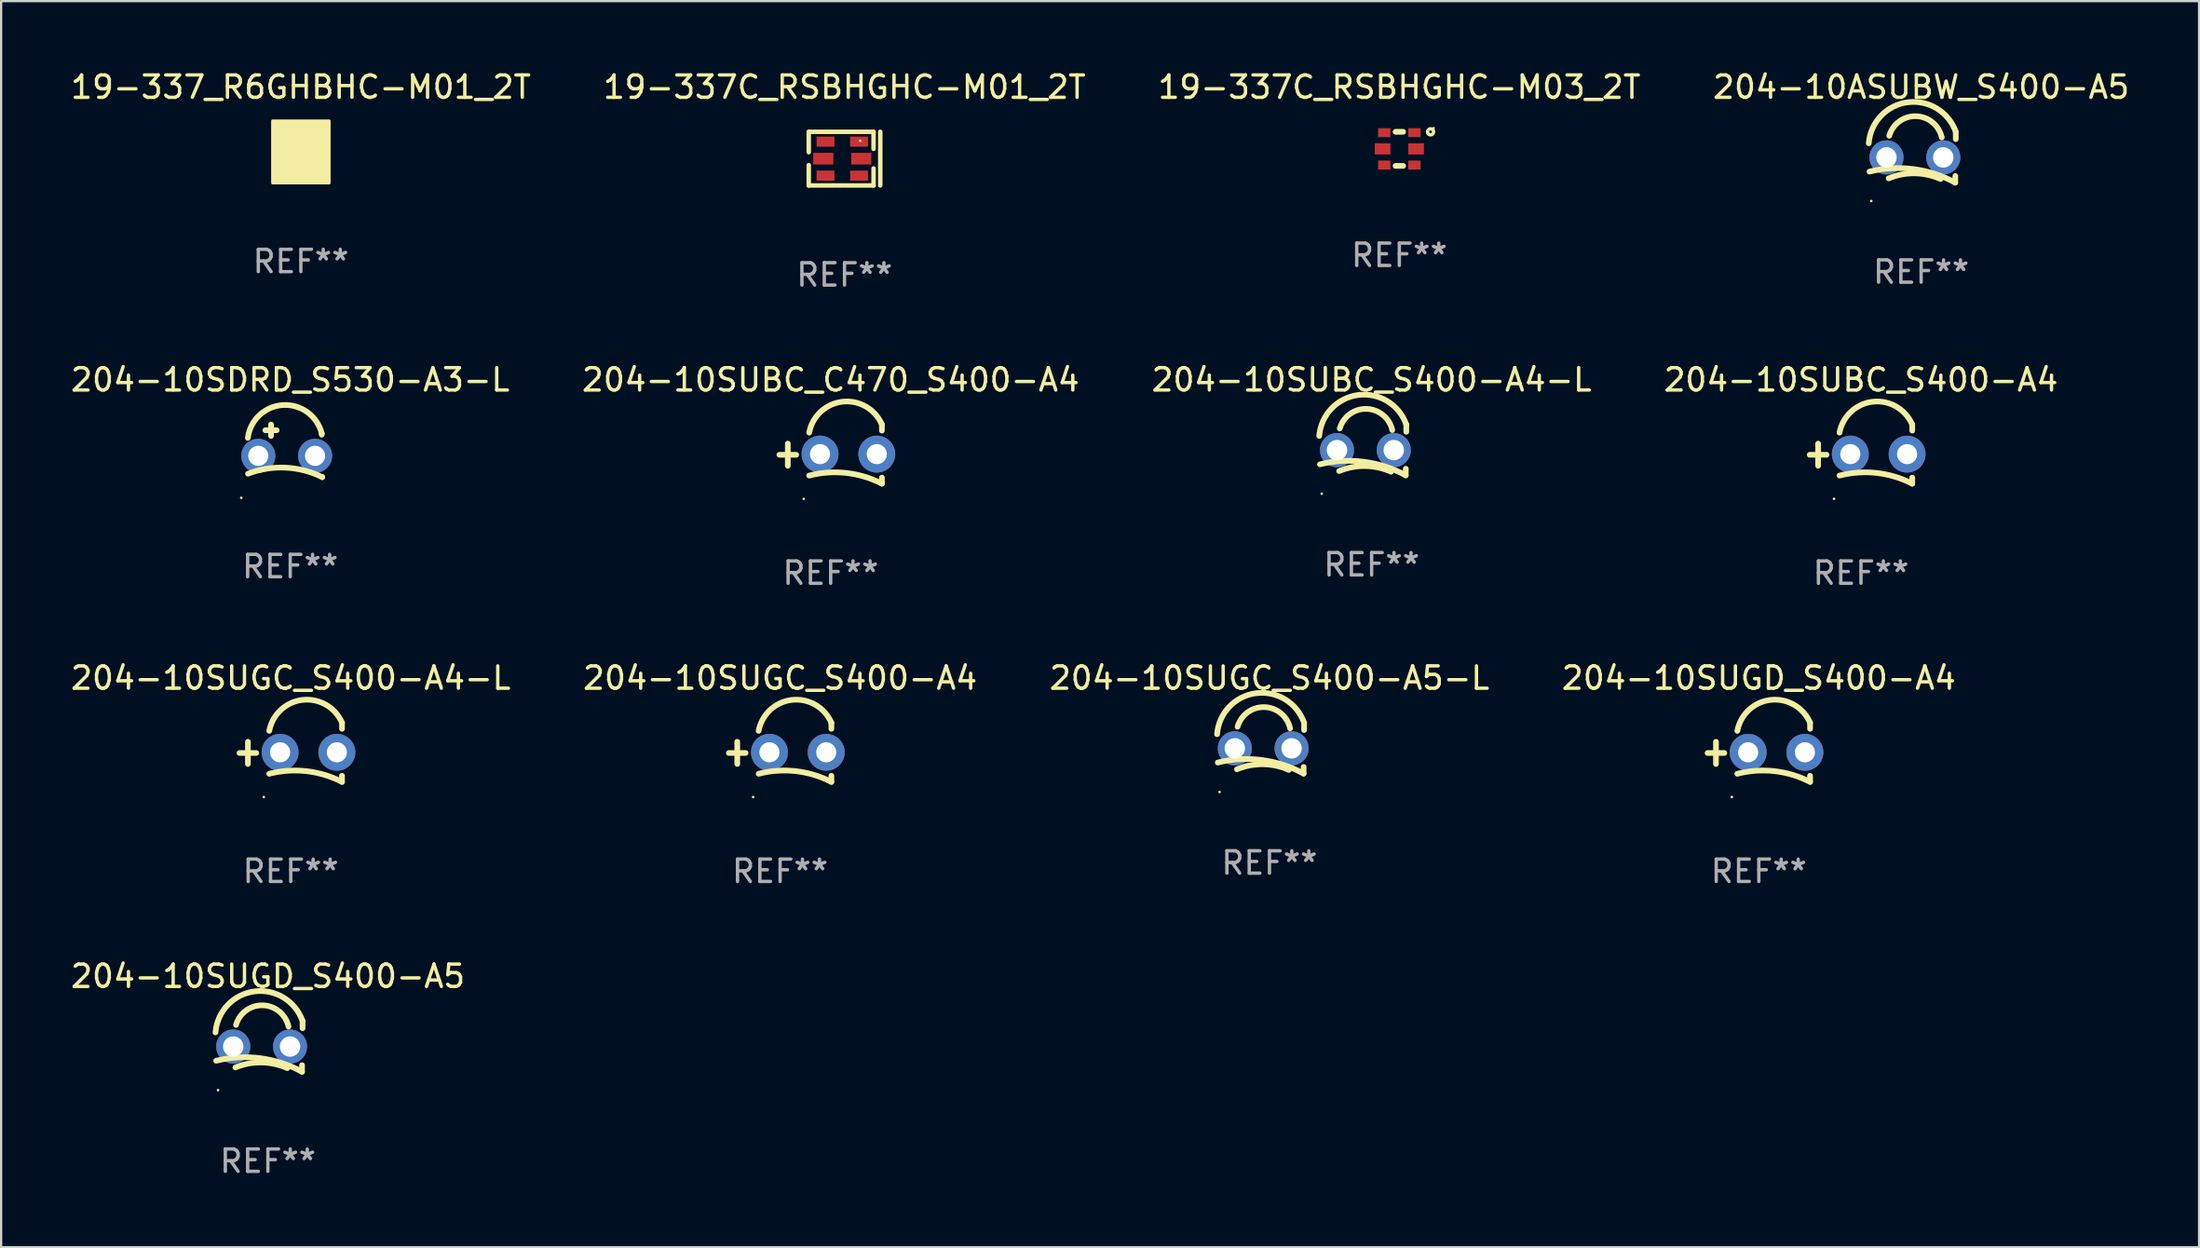
<source format=kicad_pcb>
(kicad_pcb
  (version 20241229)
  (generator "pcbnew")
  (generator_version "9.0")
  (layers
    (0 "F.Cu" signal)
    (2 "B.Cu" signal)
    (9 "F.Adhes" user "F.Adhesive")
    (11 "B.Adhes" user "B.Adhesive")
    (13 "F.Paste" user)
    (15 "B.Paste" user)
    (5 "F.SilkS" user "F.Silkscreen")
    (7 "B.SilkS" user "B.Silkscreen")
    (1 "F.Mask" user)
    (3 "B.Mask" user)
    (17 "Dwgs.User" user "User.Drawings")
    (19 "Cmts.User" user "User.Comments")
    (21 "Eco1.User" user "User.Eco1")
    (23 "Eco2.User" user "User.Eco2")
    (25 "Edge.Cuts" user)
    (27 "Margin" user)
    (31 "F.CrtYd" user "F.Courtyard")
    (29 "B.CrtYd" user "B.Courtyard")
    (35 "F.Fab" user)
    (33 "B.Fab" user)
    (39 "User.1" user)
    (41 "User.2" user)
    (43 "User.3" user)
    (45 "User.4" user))
  (footprint "204-10SDRD_S530-A3-L"
    (layer "F.Cu")
    (at 9.935 17.121)
    (property "Reference" "204-10SDRD_S530-A3-L" (at 0 -3.176 0) (layer "F.SilkS") (effects (font (size 1 1) (thickness 0.15))))
    (attr through_hole)
    (fp_line (start -1.114 -0.922) (end -0.606 -0.922) (stroke (width 0.254) (type solid)) (layer "F.SilkS"))
    (fp_line (start -0.86 -1.176) (end -0.86 -0.668) (stroke (width 0.254) (type solid)) (layer "F.SilkS"))
    (fp_line (start 1.41 -0.776) (end 1.41 -0.723) (stroke (width 0.254) (type solid)) (layer "F.SilkS"))
    (fp_line (start 1.43 1.176) (end 1.43 1.164) (stroke (width 0.254) (type solid)) (layer "F.SilkS"))
    (fp_arc (start -1.896915 -0.579704) (mid -0.324751 -2.048067) (end 1.4103 -0.776302) (stroke (width 0.254001) (type solid)) (layer "F.SilkS"))
    (fp_arc (start -1.8897 1.023698) (mid -0.214006 0.752438) (end 1.429731 1.176302) (stroke (width 0.254001) (type solid)) (layer "F.SilkS"))
    (fp_circle (center -2.192 2.103) (end -2.162 2.103) (stroke (width 0.06) (type solid)) (fill no) (layer "F.SilkS"))
    (fp_text user "REF**" (at 0 5.176 0) (layer "F.Fab") (effects (font (size 1 1) (thickness 0.15))))
    (pad "1" thru_hole circle (at -1.43 0.224) (size 1.524 1.524) (drill 0.9) (layers "*.Cu" "*.Mask"))
    (pad "2" thru_hole circle (at 1.11 0.224) (size 1.524 1.524) (drill 0.9) (layers "*.Cu" "*.Mask")))
  (footprint "19-337C_RSBHGHC-M03_2T"
    (layer "F.Cu")
    (at 59.554 3.61)
    (property "Reference" "19-337C_RSBHGHC-M03_2T" (at 0 -2.762 0) (layer "F.SilkS") (effects (font (size 1 1) (thickness 0.15))))
    (attr through_hole)
    (fp_line (start -0.169 -0.762) (end 0.169 -0.762) (stroke (width 0.254) (type solid)) (layer "F.SilkS"))
    (fp_line (start -0.169 0.762) (end 0.169 0.762) (stroke (width 0.254) (type solid)) (layer "F.SilkS"))
    (fp_circle (center 1.397 -0.762) (end 1.459 -0.762) (stroke (width 0.15) (type solid)) (fill no) (layer "F.SilkS"))
    (fp_circle (center 1.534 -0.925) (end 1.564 -0.925) (stroke (width 0.06) (type solid)) (fill no) (layer "F.SilkS"))
    (fp_text user "REF**" (at 0 4.762 0) (layer "F.Fab") (effects (font (size 1 1) (thickness 0.15))))
    (pad "1" smd rect (at 0.675 -0.725) (size 0.55 0.4) (layers "F.Cu" "F.Mask" "F.Paste"))
    (pad "2" smd rect (at -0.675 -0.725) (size 0.55 0.4) (layers "F.Cu" "F.Mask" "F.Paste"))
    (pad "3" smd rect (at 0.75 0) (size 0.7 0.5) (layers "F.Cu" "F.Mask" "F.Paste"))
    (pad "4" smd rect (at -0.75 0) (size 0.7 0.5) (layers "F.Cu" "F.Mask" "F.Paste"))
    (pad "5" smd rect (at 0.675 0.725) (size 0.55 0.4) (layers "F.Cu" "F.Mask" "F.Paste"))
    (pad "6" smd rect (at -0.675 0.725) (size 0.55 0.4) (layers "F.Cu" "F.Mask" "F.Paste")))
  (footprint "19-337C_RSBHGHC-M01_2T"
    (layer "F.Cu")
    (at 34.732 4.048)
    (property "Reference" "19-337C_RSBHGHC-M01_2T" (at 0 -3.2 0) (layer "F.SilkS") (effects (font (size 1 1) (thickness 0.15))))
    (attr through_hole)
    (fp_line (start -1.6 -1.2) (end -1.6 -0.288) (stroke (width 0.2) (type solid)) (layer "F.SilkS"))
    (fp_line (start -1.6 -1.2) (end 1.3 -1.2) (stroke (width 0.2) (type solid)) (layer "F.SilkS"))
    (fp_line (start -1.6 0.288) (end -1.6 1.2) (stroke (width 0.2) (type solid)) (layer "F.SilkS"))
    (fp_line (start -1.6 1.2) (end 1.3 1.2) (stroke (width 0.2) (type solid)) (layer "F.SilkS"))
    (fp_line (start 1.3 -1.2) (end 1.3 -0.438) (stroke (width 0.2) (type solid)) (layer "F.SilkS"))
    (fp_line (start 1.3 0.438) (end 1.3 1.2) (stroke (width 0.2) (type solid)) (layer "F.SilkS"))
    (fp_line (start 1.6 -1.2) (end 1.6 1.2) (stroke (width 0.2) (type solid)) (layer "F.SilkS"))
    (fp_circle (center 0.7 -0.8) (end 0.73 -0.8) (stroke (width 0.06) (type solid)) (fill no) (layer "F.SilkS"))
    (fp_text user "REF**" (at 0 5.2 0) (layer "F.Fab") (effects (font (size 1 1) (thickness 0.15))))
    (pad "1" smd rect (at 0.65 -0.76) (size 0.8 0.45) (layers "F.Cu" "F.Mask" "F.Paste"))
    (pad "2" smd rect (at -0.85 -0.76) (size 0.8 0.45) (layers "F.Cu" "F.Mask" "F.Paste"))
    (pad "3" smd rect (at 0.75 0) (size 0.9 0.52) (layers "F.Cu" "F.Mask" "F.Paste"))
    (pad "4" smd rect (at -0.95 0) (size 0.9 0.52) (layers "F.Cu" "F.Mask" "F.Paste"))
    (pad "5" smd rect (at 0.65 0.76) (size 0.8 0.45) (layers "F.Cu" "F.Mask" "F.Paste"))
    (pad "6" smd rect (at -0.85 0.76) (size 0.8 0.45) (layers "F.Cu" "F.Mask" "F.Paste")))
  (footprint "204-10SUGD_S400-A4"
    (layer "F.Cu")
    (at 75.637 30.61)
    (property "Reference" "204-10SUGD_S400-A4" (at 0 -3.323 0) (layer "F.SilkS") (effects (font (size 1 1) (thickness 0.15))))
    (attr through_hole)
    (fp_line (start -1.917 0.52) (end -1.917 -0.47) (stroke (width 0.254) (type solid)) (layer "F.SilkS"))
    (fp_line (start -1.543 0.03) (end -2.293 0.03) (stroke (width 0.254) (type solid)) (layer "F.SilkS"))
    (fp_line (start 2.293 -1.051) (end 2.293 -1.323) (stroke (width 0.254) (type solid)) (layer "F.SilkS"))
    (fp_line (start 2.293 1.323) (end 2.293 1.051) (stroke (width 0.254) (type solid)) (layer "F.SilkS"))
    (fp_arc (start -0.96124 0.960224) (mid 0.699225 0.843072) (end 2.293167 1.322885) (stroke (width 0.254001) (type solid)) (layer "F.SilkS"))
    (fp_arc (start -0.961239 -0.960224) (mid 0.531872 -2.344856) (end 2.293167 -1.322885) (stroke (width 0.254001) (type solid)) (layer "F.SilkS"))
    (fp_circle (center -1.207 2) (end -1.177 2) (stroke (width 0.06) (type solid)) (fill no) (layer "F.SilkS"))
    (fp_text user "REF**" (at 0 5.323 0) (layer "F.Fab") (effects (font (size 1 1) (thickness 0.15))))
    (pad "1" thru_hole circle (at -0.477 0) (size 1.651 1.651) (drill 0.9) (layers "*.Cu" "*.Mask"))
    (pad "2" thru_hole circle (at 2.063 0) (size 1.651 1.651) (drill 0.9) (layers "*.Cu" "*.Mask")))
  (footprint "204-10ASUBW_S400-A5"
    (layer "F.Cu")
    (at 82.899 3.985)
    (property "Reference" "204-10ASUBW_S400-A5" (at 0 -3.137 0) (layer "F.SilkS") (effects (font (size 1 1) (thickness 0.15))))
    (attr through_hole)
    (fp_line (start 1.529 0.842) (end 1.525 1.137) (stroke (width 0.254) (type solid)) (layer "F.SilkS"))
    (fp_line (start 1.55 -1.137) (end 1.55 -0.811) (stroke (width 0.254) (type solid)) (layer "F.SilkS"))
    (fp_arc (start -2.344336 -0.624664) (mid -0.604362 -2.457931) (end 1.550229 -1.136525) (stroke (width 0.254001) (type solid)) (layer "F.SilkS"))
    (fp_arc (start -2.31223 0.643358) (mid -0.347208 0.529557) (end 1.525184 1.136526) (stroke (width 0.254001) (type solid)) (layer "F.SilkS"))
    (fp_arc (start -1.45348 0.944425) (mid -0.289454 0.72139) (end 0.868415 0.974448) (stroke (width 0.254001) (type solid)) (layer "F.SilkS"))
    (fp_arc (start -1.426174 -0.958548) (mid -0.223791 -1.836179) (end 0.922695 -0.88669) (stroke (width 0.254001) (type solid)) (layer "F.SilkS"))
    (fp_circle (center -2.231 1.96) (end -2.201 1.96) (stroke (width 0.06) (type solid)) (fill no) (layer "F.SilkS"))
    (fp_text user "REF**" (at 0 5.137 0) (layer "F.Fab") (effects (font (size 1 1) (thickness 0.15))))
    (pad "1" thru_hole circle (at -1.55 0.008) (size 1.524 1.524) (drill 0.914) (layers "*.Cu" "*.Mask"))
    (pad "2" thru_hole circle (at 0.99 0.008) (size 1.524 1.524) (drill 0.914) (layers "*.Cu" "*.Mask")))
  (footprint "204-10SUGD_S400-A5"
    (layer "F.Cu")
    (at 8.935 43.766)
    (property "Reference" "204-10SUGD_S400-A5" (at 0 -3.137 0) (layer "F.SilkS") (effects (font (size 1 1) (thickness 0.15))))
    (attr through_hole)
    (fp_line (start 1.529 0.842) (end 1.525 1.137) (stroke (width 0.254) (type solid)) (layer "F.SilkS"))
    (fp_line (start 1.55 -1.137) (end 1.55 -0.811) (stroke (width 0.254) (type solid)) (layer "F.SilkS"))
    (fp_arc (start -2.344336 -0.624664) (mid -0.604362 -2.457931) (end 1.550229 -1.136525) (stroke (width 0.254001) (type solid)) (layer "F.SilkS"))
    (fp_arc (start -2.31223 0.643358) (mid -0.347208 0.529557) (end 1.525184 1.136526) (stroke (width 0.254001) (type solid)) (layer "F.SilkS"))
    (fp_arc (start -1.45348 0.944425) (mid -0.289454 0.72139) (end 0.868415 0.974448) (stroke (width 0.254001) (type solid)) (layer "F.SilkS"))
    (fp_arc (start -1.426174 -0.958548) (mid -0.223791 -1.836179) (end 0.922695 -0.88669) (stroke (width 0.254001) (type solid)) (layer "F.SilkS"))
    (fp_circle (center -2.231 1.96) (end -2.201 1.96) (stroke (width 0.06) (type solid)) (fill no) (layer "F.SilkS"))
    (fp_text user "REF**" (at 0 5.137 0) (layer "F.Fab") (effects (font (size 1 1) (thickness 0.15))))
    (pad "1" thru_hole circle (at -1.55 0.008) (size 1.524 1.524) (drill 0.914) (layers "*.Cu" "*.Mask"))
    (pad "2" thru_hole circle (at 0.99 0.008) (size 1.524 1.524) (drill 0.914) (layers "*.Cu" "*.Mask")))
  (footprint "204-10SUBC_C470_S400-A4"
    (layer "F.Cu")
    (at 34.113 17.268)
    (property "Reference" "204-10SUBC_C470_S400-A4" (at 0 -3.323 0) (layer "F.SilkS") (effects (font (size 1 1) (thickness 0.15))))
    (attr through_hole)
    (fp_line (start -1.917 0.52) (end -1.917 -0.47) (stroke (width 0.254) (type solid)) (layer "F.SilkS"))
    (fp_line (start -1.543 0.03) (end -2.293 0.03) (stroke (width 0.254) (type solid)) (layer "F.SilkS"))
    (fp_line (start 2.293 -1.051) (end 2.293 -1.323) (stroke (width 0.254) (type solid)) (layer "F.SilkS"))
    (fp_line (start 2.293 1.323) (end 2.293 1.051) (stroke (width 0.254) (type solid)) (layer "F.SilkS"))
    (fp_arc (start -0.96124 0.960224) (mid 0.699225 0.843072) (end 2.293167 1.322885) (stroke (width 0.254001) (type solid)) (layer "F.SilkS"))
    (fp_arc (start -0.961239 -0.960224) (mid 0.531872 -2.344856) (end 2.293167 -1.322885) (stroke (width 0.254001) (type solid)) (layer "F.SilkS"))
    (fp_circle (center -1.207 2) (end -1.177 2) (stroke (width 0.06) (type solid)) (fill no) (layer "F.SilkS"))
    (fp_text user "REF**" (at 0 5.323 0) (layer "F.Fab") (effects (font (size 1 1) (thickness 0.15))))
    (pad "1" thru_hole circle (at -0.477 0) (size 1.651 1.651) (drill 0.9) (layers "*.Cu" "*.Mask"))
    (pad "2" thru_hole circle (at 2.063 0) (size 1.651 1.651) (drill 0.9) (layers "*.Cu" "*.Mask")))
  (footprint "19-337_R6GHBHC-M01_2T"
    (layer "F.Cu")
    (at 10.411 3.748)
    (property "Reference" "19-337_R6GHBHC-M01_2T" (at 0 -2.9 0) (layer "F.SilkS") (effects (font (size 1 1) (thickness 0.15))))
    (attr through_hole)
    (fp_line (start 0.127 -0.63) (end 0.127 0.64) (stroke (width 0.254) (type solid)) (layer "F.SilkS"))
    (fp_line (start 0.127 0.00033) (end -0.169 0.00033) (stroke (width 0.254) (type solid)) (layer "F.SilkS"))
    (fp_circle (center -0.802 -0.805) (end -0.772 -0.805) (stroke (width 0.06) (type solid)) (fill no) (layer "F.SilkS"))
    (fp_poly (pts (xy -1.27 -1.392) (xy 1.27 -1.392) (xy 1.27 1.392) (xy -1.27 1.392)) (stroke (width 0.12) (type solid)) (fill yes) (layer "F.SilkS"))
    (fp_text user "REF**" (at 0 4.9 0) (layer "F.Fab") (effects (font (size 1 1) (thickness 0.15))))
    (pad "1" smd rect (at -0.7 -0.9) (size 0.6 0.6) (layers "F.Cu" "F.Mask" "F.Paste"))
    (pad "2" smd rect (at -0.7 0.000127) (size 0.6 0.6) (layers "F.Cu" "F.Mask" "F.Paste"))
    (pad "3" smd rect (at -0.7 0.9) (size 0.6 0.6) (layers "F.Cu" "F.Mask" "F.Paste"))
    (pad "4" smd rect (at 0.7 -0.9) (size 0.6 0.6) (layers "F.Cu" "F.Mask" "F.Paste"))
    (pad "5" smd rect (at 0.7 -0.000127) (size 0.6 0.6) (layers "F.Cu" "F.Mask" "F.Paste"))
    (pad "6" smd rect (at 0.7 0.9) (size 0.6 0.6) (layers "F.Cu" "F.Mask" "F.Paste")))
  (footprint "204-10SUBC_S400-A4-L"
    (layer "F.Cu")
    (at 58.315 17.081)
    (property "Reference" "204-10SUBC_S400-A4-L" (at 0 -3.137 0) (layer "F.SilkS") (effects (font (size 1 1) (thickness 0.15))))
    (attr through_hole)
    (fp_line (start 1.529 0.842) (end 1.525 1.137) (stroke (width 0.254) (type solid)) (layer "F.SilkS"))
    (fp_line (start 1.55 -1.137) (end 1.55 -0.811) (stroke (width 0.254) (type solid)) (layer "F.SilkS"))
    (fp_arc (start -2.344336 -0.624664) (mid -0.604362 -2.457931) (end 1.550229 -1.136525) (stroke (width 0.254001) (type solid)) (layer "F.SilkS"))
    (fp_arc (start -2.31223 0.643358) (mid -0.347208 0.529557) (end 1.525184 1.136526) (stroke (width 0.254001) (type solid)) (layer "F.SilkS"))
    (fp_arc (start -1.45348 0.944425) (mid -0.289454 0.72139) (end 0.868415 0.974448) (stroke (width 0.254001) (type solid)) (layer "F.SilkS"))
    (fp_arc (start -1.426174 -0.958548) (mid -0.223791 -1.836179) (end 0.922695 -0.88669) (stroke (width 0.254001) (type solid)) (layer "F.SilkS"))
    (fp_circle (center -2.231 1.96) (end -2.201 1.96) (stroke (width 0.06) (type solid)) (fill no) (layer "F.SilkS"))
    (fp_text user "REF**" (at 0 5.137 0) (layer "F.Fab") (effects (font (size 1 1) (thickness 0.15))))
    (pad "1" thru_hole circle (at -1.55 0.008) (size 1.524 1.524) (drill 0.914) (layers "*.Cu" "*.Mask"))
    (pad "2" thru_hole circle (at 0.99 0.008) (size 1.524 1.524) (drill 0.914) (layers "*.Cu" "*.Mask")))
  (footprint "204-10SUBC_S400-A4"
    (layer "F.Cu")
    (at 80.208 17.268)
    (property "Reference" "204-10SUBC_S400-A4" (at 0 -3.323 0) (layer "F.SilkS") (effects (font (size 1 1) (thickness 0.15))))
    (attr through_hole)
    (fp_line (start -1.917 0.52) (end -1.917 -0.47) (stroke (width 0.254) (type solid)) (layer "F.SilkS"))
    (fp_line (start -1.543 0.03) (end -2.293 0.03) (stroke (width 0.254) (type solid)) (layer "F.SilkS"))
    (fp_line (start 2.293 -1.051) (end 2.293 -1.323) (stroke (width 0.254) (type solid)) (layer "F.SilkS"))
    (fp_line (start 2.293 1.323) (end 2.293 1.051) (stroke (width 0.254) (type solid)) (layer "F.SilkS"))
    (fp_arc (start -0.96124 0.960224) (mid 0.699225 0.843072) (end 2.293167 1.322885) (stroke (width 0.254001) (type solid)) (layer "F.SilkS"))
    (fp_arc (start -0.961239 -0.960224) (mid 0.531872 -2.344856) (end 2.293167 -1.322885) (stroke (width 0.254001) (type solid)) (layer "F.SilkS"))
    (fp_circle (center -1.207 2) (end -1.177 2) (stroke (width 0.06) (type solid)) (fill no) (layer "F.SilkS"))
    (fp_text user "REF**" (at 0 5.323 0) (layer "F.Fab") (effects (font (size 1 1) (thickness 0.15))))
    (pad "1" thru_hole circle (at -0.477 0) (size 1.651 1.651) (drill 0.9) (layers "*.Cu" "*.Mask"))
    (pad "2" thru_hole circle (at 2.063 0) (size 1.651 1.651) (drill 0.9) (layers "*.Cu" "*.Mask")))
  (footprint "204-10SUGC_S400-A4"
    (layer "F.Cu")
    (at 31.851 30.61)
    (property "Reference" "204-10SUGC_S400-A4" (at 0 -3.323 0) (layer "F.SilkS") (effects (font (size 1 1) (thickness 0.15))))
    (attr through_hole)
    (fp_line (start -1.917 0.52) (end -1.917 -0.47) (stroke (width 0.254) (type solid)) (layer "F.SilkS"))
    (fp_line (start -1.543 0.03) (end -2.293 0.03) (stroke (width 0.254) (type solid)) (layer "F.SilkS"))
    (fp_line (start 2.293 -1.051) (end 2.293 -1.323) (stroke (width 0.254) (type solid)) (layer "F.SilkS"))
    (fp_line (start 2.293 1.323) (end 2.293 1.051) (stroke (width 0.254) (type solid)) (layer "F.SilkS"))
    (fp_arc (start -0.96124 0.960224) (mid 0.699225 0.843072) (end 2.293167 1.322885) (stroke (width 0.254001) (type solid)) (layer "F.SilkS"))
    (fp_arc (start -0.961239 -0.960224) (mid 0.531872 -2.344856) (end 2.293167 -1.322885) (stroke (width 0.254001) (type solid)) (layer "F.SilkS"))
    (fp_circle (center -1.207 2) (end -1.177 2) (stroke (width 0.06) (type solid)) (fill no) (layer "F.SilkS"))
    (fp_text user "REF**" (at 0 5.323 0) (layer "F.Fab") (effects (font (size 1 1) (thickness 0.15))))
    (pad "1" thru_hole circle (at -0.477 0) (size 1.651 1.651) (drill 0.9) (layers "*.Cu" "*.Mask"))
    (pad "2" thru_hole circle (at 2.063 0) (size 1.651 1.651) (drill 0.9) (layers "*.Cu" "*.Mask")))
  (footprint "204-10SUGC_S400-A5-L"
    (layer "F.Cu")
    (at 53.744 30.424)
    (property "Reference" "204-10SUGC_S400-A5-L" (at 0 -3.137 0) (layer "F.SilkS") (effects (font (size 1 1) (thickness 0.15))))
    (attr through_hole)
    (fp_line (start 1.529 0.842) (end 1.525 1.137) (stroke (width 0.254) (type solid)) (layer "F.SilkS"))
    (fp_line (start 1.55 -1.137) (end 1.55 -0.811) (stroke (width 0.254) (type solid)) (layer "F.SilkS"))
    (fp_arc (start -2.344336 -0.624664) (mid -0.604362 -2.457931) (end 1.550229 -1.136525) (stroke (width 0.254001) (type solid)) (layer "F.SilkS"))
    (fp_arc (start -2.31223 0.643358) (mid -0.347208 0.529557) (end 1.525184 1.136526) (stroke (width 0.254001) (type solid)) (layer "F.SilkS"))
    (fp_arc (start -1.45348 0.944425) (mid -0.289454 0.72139) (end 0.868415 0.974448) (stroke (width 0.254001) (type solid)) (layer "F.SilkS"))
    (fp_arc (start -1.426174 -0.958548) (mid -0.223791 -1.836179) (end 0.922695 -0.88669) (stroke (width 0.254001) (type solid)) (layer "F.SilkS"))
    (fp_circle (center -2.231 1.96) (end -2.201 1.96) (stroke (width 0.06) (type solid)) (fill no) (layer "F.SilkS"))
    (fp_text user "REF**" (at 0 5.137 0) (layer "F.Fab") (effects (font (size 1 1) (thickness 0.15))))
    (pad "1" thru_hole circle (at -1.55 0.008) (size 1.524 1.524) (drill 0.914) (layers "*.Cu" "*.Mask"))
    (pad "2" thru_hole circle (at 0.99 0.008) (size 1.524 1.524) (drill 0.914) (layers "*.Cu" "*.Mask")))
  (footprint "204-10SUGC_S400-A4-L"
    (layer "F.Cu")
    (at 9.958 30.61)
    (property "Reference" "204-10SUGC_S400-A4-L" (at 0 -3.323 0) (layer "F.SilkS") (effects (font (size 1 1) (thickness 0.15))))
    (attr through_hole)
    (fp_line (start -1.917 0.52) (end -1.917 -0.47) (stroke (width 0.254) (type solid)) (layer "F.SilkS"))
    (fp_line (start -1.543 0.03) (end -2.293 0.03) (stroke (width 0.254) (type solid)) (layer "F.SilkS"))
    (fp_line (start 2.293 -1.051) (end 2.293 -1.323) (stroke (width 0.254) (type solid)) (layer "F.SilkS"))
    (fp_line (start 2.293 1.323) (end 2.293 1.051) (stroke (width 0.254) (type solid)) (layer "F.SilkS"))
    (fp_arc (start -0.96124 0.960224) (mid 0.699225 0.843072) (end 2.293167 1.322885) (stroke (width 0.254001) (type solid)) (layer "F.SilkS"))
    (fp_arc (start -0.961239 -0.960224) (mid 0.531872 -2.344856) (end 2.293167 -1.322885) (stroke (width 0.254001) (type solid)) (layer "F.SilkS"))
    (fp_circle (center -1.207 2) (end -1.177 2) (stroke (width 0.06) (type solid)) (fill no) (layer "F.SilkS"))
    (fp_text user "REF**" (at 0 5.323 0) (layer "F.Fab") (effects (font (size 1 1) (thickness 0.15))))
    (pad "1" thru_hole circle (at -0.477 0) (size 1.651 1.651) (drill 0.9) (layers "*.Cu" "*.Mask"))
    (pad "2" thru_hole circle (at 2.063 0) (size 1.651 1.651) (drill 0.9) (layers "*.Cu" "*.Mask")))
  (gr_rect
    (start -3 -3)
    (end 95.333 52.751)
    (stroke (width 0.1) (type default))
    (fill no)
    (layer "Edge.Cuts")))
</source>
